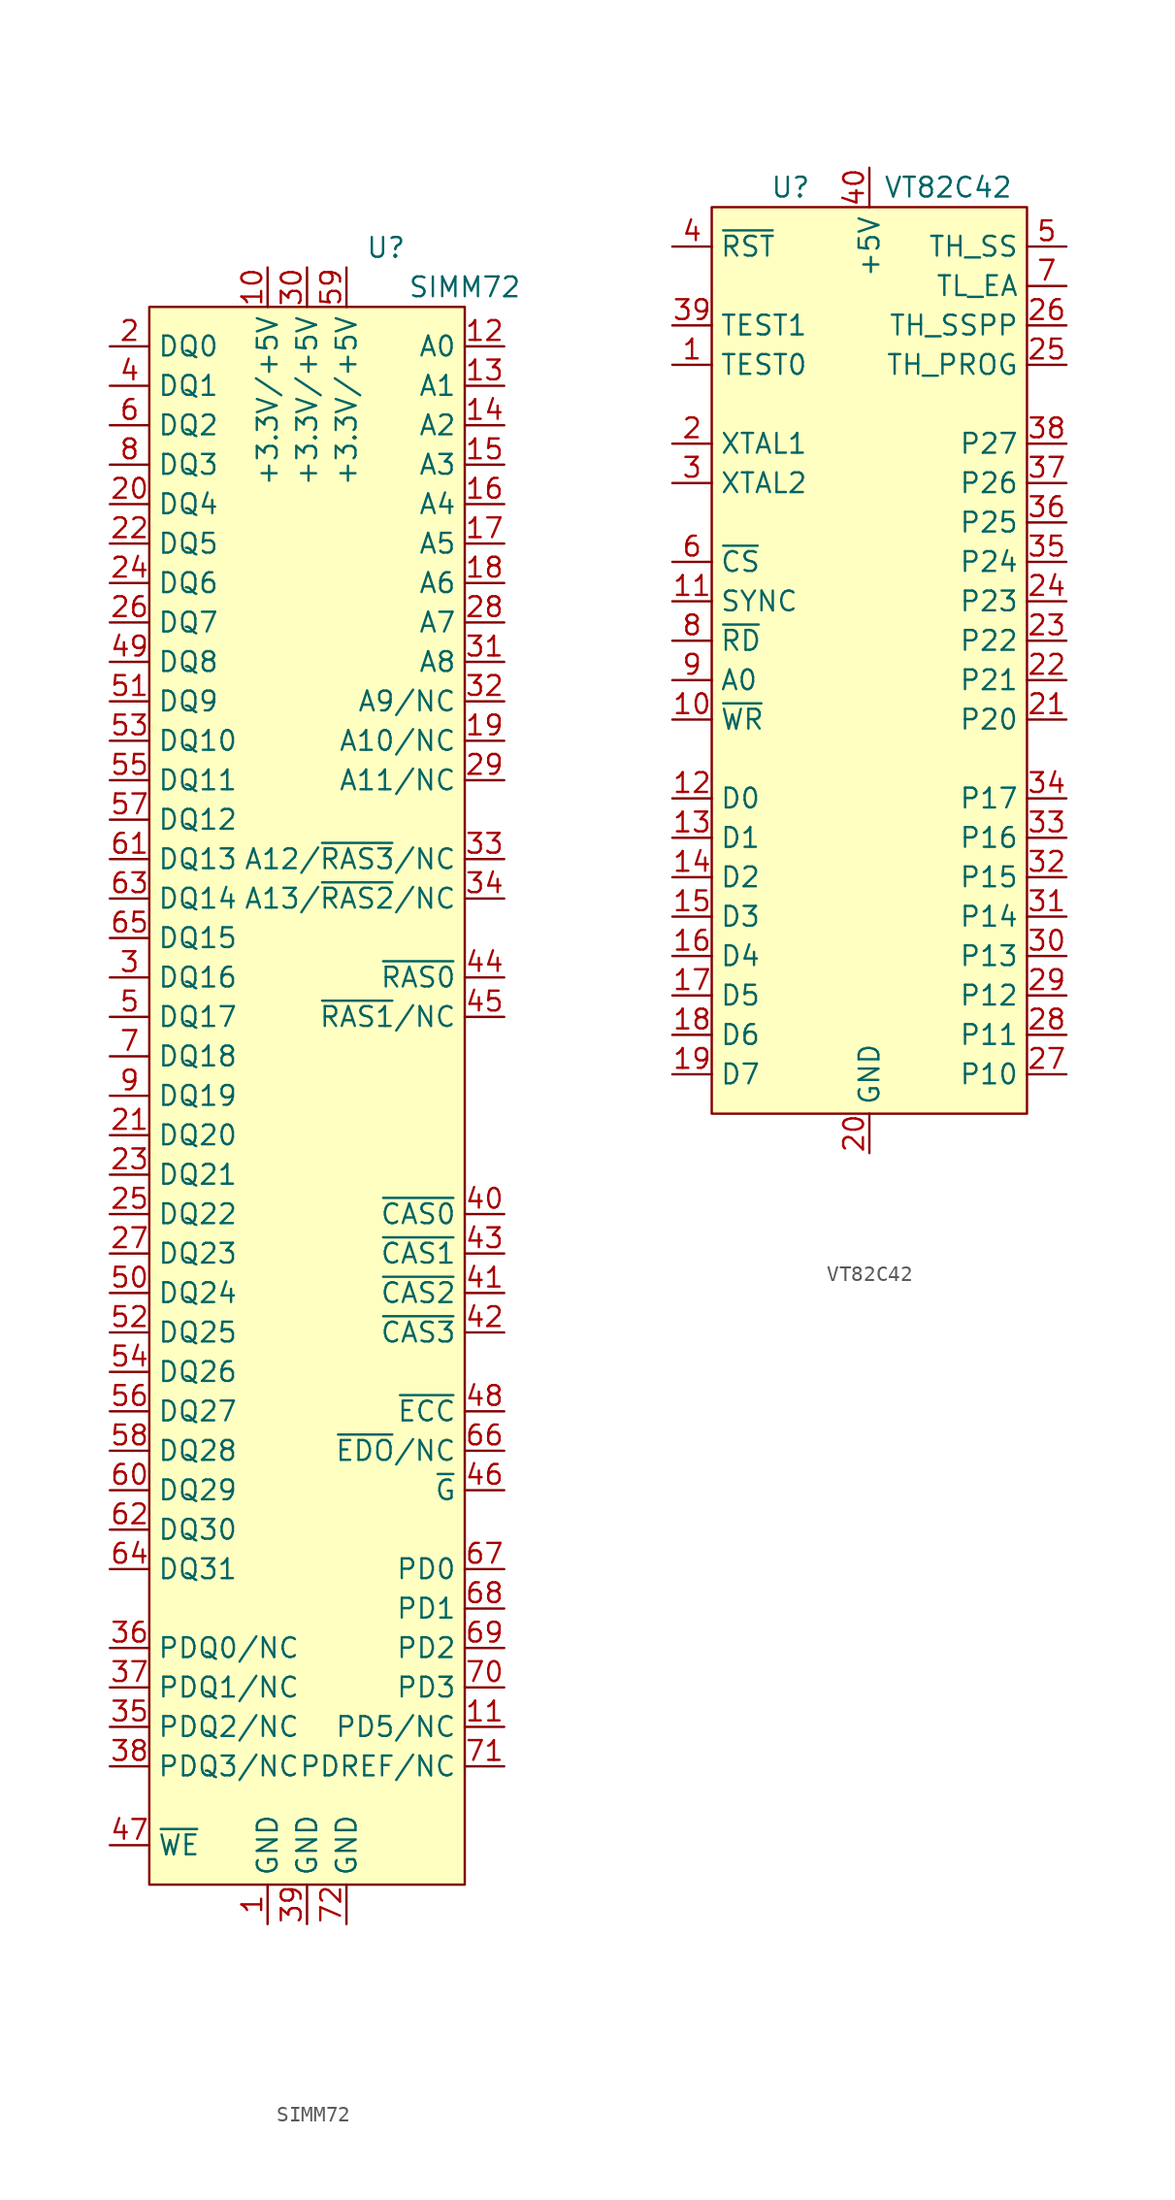
<source format=kicad_sym>
(kicad_symbol_lib
  (version 20220914)
  (generator kicad_symbol_editor)
  (symbol "SIMM72"
    (property "Reference" "U"
      (at 5.08 40.64 0)
      (effects (font (size 1.27 1.27))))
    (property "Value" "SIMM72"
      (at 10.16 38.1 0)
      (effects (font (size 1.27 1.27))))
    (symbol "SIMM72_1_1"
      (rectangle (start -10.16 36.83) (end 10.16 -64.77) (stroke (width 0) (type default)) (fill (type background)))
      (pin power_in line (at -2.54 -67.31 90) (length 2.54) (name "GND" (effects (font (size 1.27 1.27)))) (number "1" (effects (font (size 1.27 1.27)))))
      (pin power_in line (at -2.54 39.37 270) (length 2.54) (name "+3.3V/+5V" (effects (font (size 1.27 1.27)))) (number "10" (effects (font (size 1.27 1.27)))))
      (pin output line (at 12.7 -54.61 180) (length 2.54) (name "PD5/NC" (effects (font (size 1.27 1.27)))) (number "11" (effects (font (size 1.27 1.27)))))
      (pin input line (at 12.7 34.29 180) (length 2.54) (name "A0" (effects (font (size 1.27 1.27)))) (number "12" (effects (font (size 1.27 1.27)))))
      (pin input line (at 12.7 31.75 180) (length 2.54) (name "A1" (effects (font (size 1.27 1.27)))) (number "13" (effects (font (size 1.27 1.27)))))
      (pin input line (at 12.7 29.21 180) (length 2.54) (name "A2" (effects (font (size 1.27 1.27)))) (number "14" (effects (font (size 1.27 1.27)))))
      (pin input line (at 12.7 26.67 180) (length 2.54) (name "A3" (effects (font (size 1.27 1.27)))) (number "15" (effects (font (size 1.27 1.27)))))
      (pin input line (at 12.7 24.13 180) (length 2.54) (name "A4" (effects (font (size 1.27 1.27)))) (number "16" (effects (font (size 1.27 1.27)))))
      (pin input line (at 12.7 21.59 180) (length 2.54) (name "A5" (effects (font (size 1.27 1.27)))) (number "17" (effects (font (size 1.27 1.27)))))
      (pin input line (at 12.7 19.05 180) (length 2.54) (name "A6" (effects (font (size 1.27 1.27)))) (number "18" (effects (font (size 1.27 1.27)))))
      (pin input line (at 12.7 8.89 180) (length 2.54) (name "A10/NC" (effects (font (size 1.27 1.27)))) (number "19" (effects (font (size 1.27 1.27)))))
      (pin bidirectional line (at -12.7 34.29 0) (length 2.54) (name "DQ0" (effects (font (size 1.27 1.27)))) (number "2" (effects (font (size 1.27 1.27)))))
      (pin bidirectional line (at -12.7 24.13 0) (length 2.54) (name "DQ4" (effects (font (size 1.27 1.27)))) (number "20" (effects (font (size 1.27 1.27)))))
      (pin bidirectional line (at -12.7 -16.51 0) (length 2.54) (name "DQ20" (effects (font (size 1.27 1.27)))) (number "21" (effects (font (size 1.27 1.27)))))
      (pin bidirectional line (at -12.7 21.59 0) (length 2.54) (name "DQ5" (effects (font (size 1.27 1.27)))) (number "22" (effects (font (size 1.27 1.27)))))
      (pin bidirectional line (at -12.7 -19.05 0) (length 2.54) (name "DQ21" (effects (font (size 1.27 1.27)))) (number "23" (effects (font (size 1.27 1.27)))))
      (pin bidirectional line (at -12.7 19.05 0) (length 2.54) (name "DQ6" (effects (font (size 1.27 1.27)))) (number "24" (effects (font (size 1.27 1.27)))))
      (pin bidirectional line (at -12.7 -21.59 0) (length 2.54) (name "DQ22" (effects (font (size 1.27 1.27)))) (number "25" (effects (font (size 1.27 1.27)))))
      (pin bidirectional line (at -12.7 16.51 0) (length 2.54) (name "DQ7" (effects (font (size 1.27 1.27)))) (number "26" (effects (font (size 1.27 1.27)))))
      (pin bidirectional line (at -12.7 -24.13 0) (length 2.54) (name "DQ23" (effects (font (size 1.27 1.27)))) (number "27" (effects (font (size 1.27 1.27)))))
      (pin input line (at 12.7 16.51 180) (length 2.54) (name "A7" (effects (font (size 1.27 1.27)))) (number "28" (effects (font (size 1.27 1.27)))))
      (pin input line (at 12.7 6.35 180) (length 2.54) (name "A11/NC" (effects (font (size 1.27 1.27)))) (number "29" (effects (font (size 1.27 1.27)))))
      (pin bidirectional line (at -12.7 -6.35 0) (length 2.54) (name "DQ16" (effects (font (size 1.27 1.27)))) (number "3" (effects (font (size 1.27 1.27)))))
      (pin power_in line (at 0 39.37 270) (length 2.54) (name "+3.3V/+5V" (effects (font (size 1.27 1.27)))) (number "30" (effects (font (size 1.27 1.27)))))
      (pin input line (at 12.7 13.97 180) (length 2.54) (name "A8" (effects (font (size 1.27 1.27)))) (number "31" (effects (font (size 1.27 1.27)))))
      (pin input line (at 12.7 11.43 180) (length 2.54) (name "A9/NC" (effects (font (size 1.27 1.27)))) (number "32" (effects (font (size 1.27 1.27)))))
      (pin input line (at 12.7 1.27 180) (length 2.54) (name "A12/~{RAS3}/NC" (effects (font (size 1.27 1.27)))) (number "33" (effects (font (size 1.27 1.27)))))
      (pin input line (at 12.7 -1.27 180) (length 2.54) (name "A13/~{RAS2}/NC" (effects (font (size 1.27 1.27)))) (number "34" (effects (font (size 1.27 1.27)))))
      (pin bidirectional line (at -12.7 -54.61 0) (length 2.54) (name "PDQ2/NC" (effects (font (size 1.27 1.27)))) (number "35" (effects (font (size 1.27 1.27)))))
      (pin bidirectional line (at -12.7 -49.53 0) (length 2.54) (name "PDQ0/NC" (effects (font (size 1.27 1.27)))) (number "36" (effects (font (size 1.27 1.27)))))
      (pin bidirectional line (at -12.7 -52.07 0) (length 2.54) (name "PDQ1/NC" (effects (font (size 1.27 1.27)))) (number "37" (effects (font (size 1.27 1.27)))))
      (pin bidirectional line (at -12.7 -57.15 0) (length 2.54) (name "PDQ3/NC" (effects (font (size 1.27 1.27)))) (number "38" (effects (font (size 1.27 1.27)))))
      (pin power_in line (at 0 -67.31 90) (length 2.54) (name "GND" (effects (font (size 1.27 1.27)))) (number "39" (effects (font (size 1.27 1.27)))))
      (pin bidirectional line (at -12.7 31.75 0) (length 2.54) (name "DQ1" (effects (font (size 1.27 1.27)))) (number "4" (effects (font (size 1.27 1.27)))))
      (pin input line (at 12.7 -21.59 180) (length 2.54) (name "~{CAS0}" (effects (font (size 1.27 1.27)))) (number "40" (effects (font (size 1.27 1.27)))))
      (pin input line (at 12.7 -26.67 180) (length 2.54) (name "~{CAS2}" (effects (font (size 1.27 1.27)))) (number "41" (effects (font (size 1.27 1.27)))))
      (pin input line (at 12.7 -29.21 180) (length 2.54) (name "~{CAS3}" (effects (font (size 1.27 1.27)))) (number "42" (effects (font (size 1.27 1.27)))))
      (pin input line (at 12.7 -24.13 180) (length 2.54) (name "~{CAS1}" (effects (font (size 1.27 1.27)))) (number "43" (effects (font (size 1.27 1.27)))))
      (pin input line (at 12.7 -6.35 180) (length 2.54) (name "~{RAS0}" (effects (font (size 1.27 1.27)))) (number "44" (effects (font (size 1.27 1.27)))))
      (pin input line (at 12.7 -8.89 180) (length 2.54) (name "~{RAS1}/NC" (effects (font (size 1.27 1.27)))) (number "45" (effects (font (size 1.27 1.27)))))
      (pin output line (at 12.7 -39.37 180) (length 2.54) (name "~{G}" (effects (font (size 1.27 1.27)))) (number "46" (effects (font (size 1.27 1.27)))))
      (pin input line (at -12.7 -62.23 0) (length 2.54) (name "~{WE}" (effects (font (size 1.27 1.27)))) (number "47" (effects (font (size 1.27 1.27)))))
      (pin output line (at 12.7 -34.29 180) (length 2.54) (name "~{ECC}" (effects (font (size 1.27 1.27)))) (number "48" (effects (font (size 1.27 1.27)))))
      (pin bidirectional line (at -12.7 13.97 0) (length 2.54) (name "DQ8" (effects (font (size 1.27 1.27)))) (number "49" (effects (font (size 1.27 1.27)))))
      (pin bidirectional line (at -12.7 -8.89 0) (length 2.54) (name "DQ17" (effects (font (size 1.27 1.27)))) (number "5" (effects (font (size 1.27 1.27)))))
      (pin bidirectional line (at -12.7 -26.67 0) (length 2.54) (name "DQ24" (effects (font (size 1.27 1.27)))) (number "50" (effects (font (size 1.27 1.27)))))
      (pin bidirectional line (at -12.7 11.43 0) (length 2.54) (name "DQ9" (effects (font (size 1.27 1.27)))) (number "51" (effects (font (size 1.27 1.27)))))
      (pin bidirectional line (at -12.7 -29.21 0) (length 2.54) (name "DQ25" (effects (font (size 1.27 1.27)))) (number "52" (effects (font (size 1.27 1.27)))))
      (pin bidirectional line (at -12.7 8.89 0) (length 2.54) (name "DQ10" (effects (font (size 1.27 1.27)))) (number "53" (effects (font (size 1.27 1.27)))))
      (pin bidirectional line (at -12.7 -31.75 0) (length 2.54) (name "DQ26" (effects (font (size 1.27 1.27)))) (number "54" (effects (font (size 1.27 1.27)))))
      (pin bidirectional line (at -12.7 6.35 0) (length 2.54) (name "DQ11" (effects (font (size 1.27 1.27)))) (number "55" (effects (font (size 1.27 1.27)))))
      (pin bidirectional line (at -12.7 -34.29 0) (length 2.54) (name "DQ27" (effects (font (size 1.27 1.27)))) (number "56" (effects (font (size 1.27 1.27)))))
      (pin bidirectional line (at -12.7 3.81 0) (length 2.54) (name "DQ12" (effects (font (size 1.27 1.27)))) (number "57" (effects (font (size 1.27 1.27)))))
      (pin bidirectional line (at -12.7 -36.83 0) (length 2.54) (name "DQ28" (effects (font (size 1.27 1.27)))) (number "58" (effects (font (size 1.27 1.27)))))
      (pin power_in line (at 2.54 39.37 270) (length 2.54) (name "+3.3V/+5V" (effects (font (size 1.27 1.27)))) (number "59" (effects (font (size 1.27 1.27)))))
      (pin bidirectional line (at -12.7 29.21 0) (length 2.54) (name "DQ2" (effects (font (size 1.27 1.27)))) (number "6" (effects (font (size 1.27 1.27)))))
      (pin bidirectional line (at -12.7 -39.37 0) (length 2.54) (name "DQ29" (effects (font (size 1.27 1.27)))) (number "60" (effects (font (size 1.27 1.27)))))
      (pin bidirectional line (at -12.7 1.27 0) (length 2.54) (name "DQ13" (effects (font (size 1.27 1.27)))) (number "61" (effects (font (size 1.27 1.27)))))
      (pin bidirectional line (at -12.7 -41.91 0) (length 2.54) (name "DQ30" (effects (font (size 1.27 1.27)))) (number "62" (effects (font (size 1.27 1.27)))))
      (pin bidirectional line (at -12.7 -1.27 0) (length 2.54) (name "DQ14" (effects (font (size 1.27 1.27)))) (number "63" (effects (font (size 1.27 1.27)))))
      (pin bidirectional line (at -12.7 -44.45 0) (length 2.54) (name "DQ31" (effects (font (size 1.27 1.27)))) (number "64" (effects (font (size 1.27 1.27)))))
      (pin bidirectional line (at -12.7 -3.81 0) (length 2.54) (name "DQ15" (effects (font (size 1.27 1.27)))) (number "65" (effects (font (size 1.27 1.27)))))
      (pin output line (at 12.7 -36.83 180) (length 2.54) (name "~{EDO}/NC" (effects (font (size 1.27 1.27)))) (number "66" (effects (font (size 1.27 1.27)))))
      (pin output line (at 12.7 -44.45 180) (length 2.54) (name "PD0" (effects (font (size 1.27 1.27)))) (number "67" (effects (font (size 1.27 1.27)))))
      (pin output line (at 12.7 -46.99 180) (length 2.54) (name "PD1" (effects (font (size 1.27 1.27)))) (number "68" (effects (font (size 1.27 1.27)))))
      (pin output line (at 12.7 -49.53 180) (length 2.54) (name "PD2" (effects (font (size 1.27 1.27)))) (number "69" (effects (font (size 1.27 1.27)))))
      (pin bidirectional line (at -12.7 -11.43 0) (length 2.54) (name "DQ18" (effects (font (size 1.27 1.27)))) (number "7" (effects (font (size 1.27 1.27)))))
      (pin output line (at 12.7 -52.07 180) (length 2.54) (name "PD3" (effects (font (size 1.27 1.27)))) (number "70" (effects (font (size 1.27 1.27)))))
      (pin output line (at 12.7 -57.15 180) (length 2.54) (name "PDREF/NC" (effects (font (size 1.27 1.27)))) (number "71" (effects (font (size 1.27 1.27)))))
      (pin power_in line (at 2.54 -67.31 90) (length 2.54) (name "GND" (effects (font (size 1.27 1.27)))) (number "72" (effects (font (size 1.27 1.27)))))
      (pin bidirectional line (at -12.7 26.67 0) (length 2.54) (name "DQ3" (effects (font (size 1.27 1.27)))) (number "8" (effects (font (size 1.27 1.27)))))
      (pin bidirectional line (at -12.7 -13.97 0) (length 2.54) (name "DQ19" (effects (font (size 1.27 1.27)))) (number "9" (effects (font (size 1.27 1.27)))))))
  (symbol "VT82C42"
    (property "Reference" "U"
      (at -5.08 29.21 0)
      (effects (font (size 1.27 1.27))))
    (property "Value" "VT82C42"
      (at 5.08 29.21 0)
      (effects (font (size 1.27 1.27))))
    (symbol "VT82C42_1_1"
      (rectangle (start -10.16 27.94) (end 10.16 -30.48) (stroke (width 0) (type default)) (fill (type background)))
      (pin input line (at -12.7 17.78 0) (length 2.54) (name "TEST0" (effects (font (size 1.27 1.27)))) (number "1" (effects (font (size 1.27 1.27)))))
      (pin input line (at -12.7 -5.08 0) (length 2.54) (name "~{WR}" (effects (font (size 1.27 1.27)))) (number "10" (effects (font (size 1.27 1.27)))))
      (pin output line (at -12.7 2.54 0) (length 2.54) (name "SYNC" (effects (font (size 1.27 1.27)))) (number "11" (effects (font (size 1.27 1.27)))))
      (pin bidirectional line (at -12.7 -10.16 0) (length 2.54) (name "D0" (effects (font (size 1.27 1.27)))) (number "12" (effects (font (size 1.27 1.27)))))
      (pin bidirectional line (at -12.7 -12.7 0) (length 2.54) (name "D1" (effects (font (size 1.27 1.27)))) (number "13" (effects (font (size 1.27 1.27)))))
      (pin bidirectional line (at -12.7 -15.24 0) (length 2.54) (name "D2" (effects (font (size 1.27 1.27)))) (number "14" (effects (font (size 1.27 1.27)))))
      (pin bidirectional line (at -12.7 -17.78 0) (length 2.54) (name "D3" (effects (font (size 1.27 1.27)))) (number "15" (effects (font (size 1.27 1.27)))))
      (pin bidirectional line (at -12.7 -20.32 0) (length 2.54) (name "D4" (effects (font (size 1.27 1.27)))) (number "16" (effects (font (size 1.27 1.27)))))
      (pin bidirectional line (at -12.7 -22.86 0) (length 2.54) (name "D5" (effects (font (size 1.27 1.27)))) (number "17" (effects (font (size 1.27 1.27)))))
      (pin bidirectional line (at -12.7 -25.4 0) (length 2.54) (name "D6" (effects (font (size 1.27 1.27)))) (number "18" (effects (font (size 1.27 1.27)))))
      (pin bidirectional line (at -12.7 -27.94 0) (length 2.54) (name "D7" (effects (font (size 1.27 1.27)))) (number "19" (effects (font (size 1.27 1.27)))))
      (pin input line (at -12.7 12.7 0) (length 2.54) (name "XTAL1" (effects (font (size 1.27 1.27)))) (number "2" (effects (font (size 1.27 1.27)))))
      (pin power_in line (at 0 -33.02 90) (length 2.54) (name "GND" (effects (font (size 1.27 1.27)))) (number "20" (effects (font (size 1.27 1.27)))))
      (pin output line (at 12.7 -5.08 180) (length 2.54) (name "P20" (effects (font (size 1.27 1.27)))) (number "21" (effects (font (size 1.27 1.27)))))
      (pin output line (at 12.7 -2.54 180) (length 2.54) (name "P21" (effects (font (size 1.27 1.27)))) (number "22" (effects (font (size 1.27 1.27)))))
      (pin output line (at 12.7 0 180) (length 2.54) (name "P22" (effects (font (size 1.27 1.27)))) (number "23" (effects (font (size 1.27 1.27)))))
      (pin output line (at 12.7 2.54 180) (length 2.54) (name "P23" (effects (font (size 1.27 1.27)))) (number "24" (effects (font (size 1.27 1.27)))))
      (pin input line (at 12.7 17.78 180) (length 2.54) (name "TH_PROG" (effects (font (size 1.27 1.27)))) (number "25" (effects (font (size 1.27 1.27)))))
      (pin input line (at 12.7 20.32 180) (length 2.54) (name "TH_SSPP" (effects (font (size 1.27 1.27)))) (number "26" (effects (font (size 1.27 1.27)))))
      (pin bidirectional line (at 12.7 -27.94 180) (length 2.54) (name "P10" (effects (font (size 1.27 1.27)))) (number "27" (effects (font (size 1.27 1.27)))))
      (pin bidirectional line (at 12.7 -25.4 180) (length 2.54) (name "P11" (effects (font (size 1.27 1.27)))) (number "28" (effects (font (size 1.27 1.27)))))
      (pin bidirectional line (at 12.7 -22.86 180) (length 2.54) (name "P12" (effects (font (size 1.27 1.27)))) (number "29" (effects (font (size 1.27 1.27)))))
      (pin input line (at -12.7 10.16 0) (length 2.54) (name "XTAL2" (effects (font (size 1.27 1.27)))) (number "3" (effects (font (size 1.27 1.27)))))
      (pin bidirectional line (at 12.7 -20.32 180) (length 2.54) (name "P13" (effects (font (size 1.27 1.27)))) (number "30" (effects (font (size 1.27 1.27)))))
      (pin bidirectional line (at 12.7 -17.78 180) (length 2.54) (name "P14" (effects (font (size 1.27 1.27)))) (number "31" (effects (font (size 1.27 1.27)))))
      (pin bidirectional line (at 12.7 -15.24 180) (length 2.54) (name "P15" (effects (font (size 1.27 1.27)))) (number "32" (effects (font (size 1.27 1.27)))))
      (pin input line (at 12.7 -12.7 180) (length 2.54) (name "P16" (effects (font (size 1.27 1.27)))) (number "33" (effects (font (size 1.27 1.27)))))
      (pin input line (at 12.7 -10.16 180) (length 2.54) (name "P17" (effects (font (size 1.27 1.27)))) (number "34" (effects (font (size 1.27 1.27)))))
      (pin output line (at 12.7 5.08 180) (length 2.54) (name "P24" (effects (font (size 1.27 1.27)))) (number "35" (effects (font (size 1.27 1.27)))))
      (pin output line (at 12.7 7.62 180) (length 2.54) (name "P25" (effects (font (size 1.27 1.27)))) (number "36" (effects (font (size 1.27 1.27)))))
      (pin output line (at 12.7 10.16 180) (length 2.54) (name "P26" (effects (font (size 1.27 1.27)))) (number "37" (effects (font (size 1.27 1.27)))))
      (pin output line (at 12.7 12.7 180) (length 2.54) (name "P27" (effects (font (size 1.27 1.27)))) (number "38" (effects (font (size 1.27 1.27)))))
      (pin input line (at -12.7 20.32 0) (length 2.54) (name "TEST1" (effects (font (size 1.27 1.27)))) (number "39" (effects (font (size 1.27 1.27)))))
      (pin input line (at -12.7 25.4 0) (length 2.54) (name "~{RST}" (effects (font (size 1.27 1.27)))) (number "4" (effects (font (size 1.27 1.27)))))
      (pin power_in line (at 0 30.48 270) (length 2.54) (name "+5V" (effects (font (size 1.27 1.27)))) (number "40" (effects (font (size 1.27 1.27)))))
      (pin input line (at 12.7 25.4 180) (length 2.54) (name "TH_SS" (effects (font (size 1.27 1.27)))) (number "5" (effects (font (size 1.27 1.27)))))
      (pin input line (at -12.7 5.08 0) (length 2.54) (name "~{CS}" (effects (font (size 1.27 1.27)))) (number "6" (effects (font (size 1.27 1.27)))))
      (pin input line (at 12.7 22.86 180) (length 2.54) (name "TL_EA" (effects (font (size 1.27 1.27)))) (number "7" (effects (font (size 1.27 1.27)))))
      (pin input line (at -12.7 0 0) (length 2.54) (name "~{RD}" (effects (font (size 1.27 1.27)))) (number "8" (effects (font (size 1.27 1.27)))))
      (pin input line (at -12.7 -2.54 0) (length 2.54) (name "A0" (effects (font (size 1.27 1.27)))) (number "9" (effects (font (size 1.27 1.27))))))))
</source>
